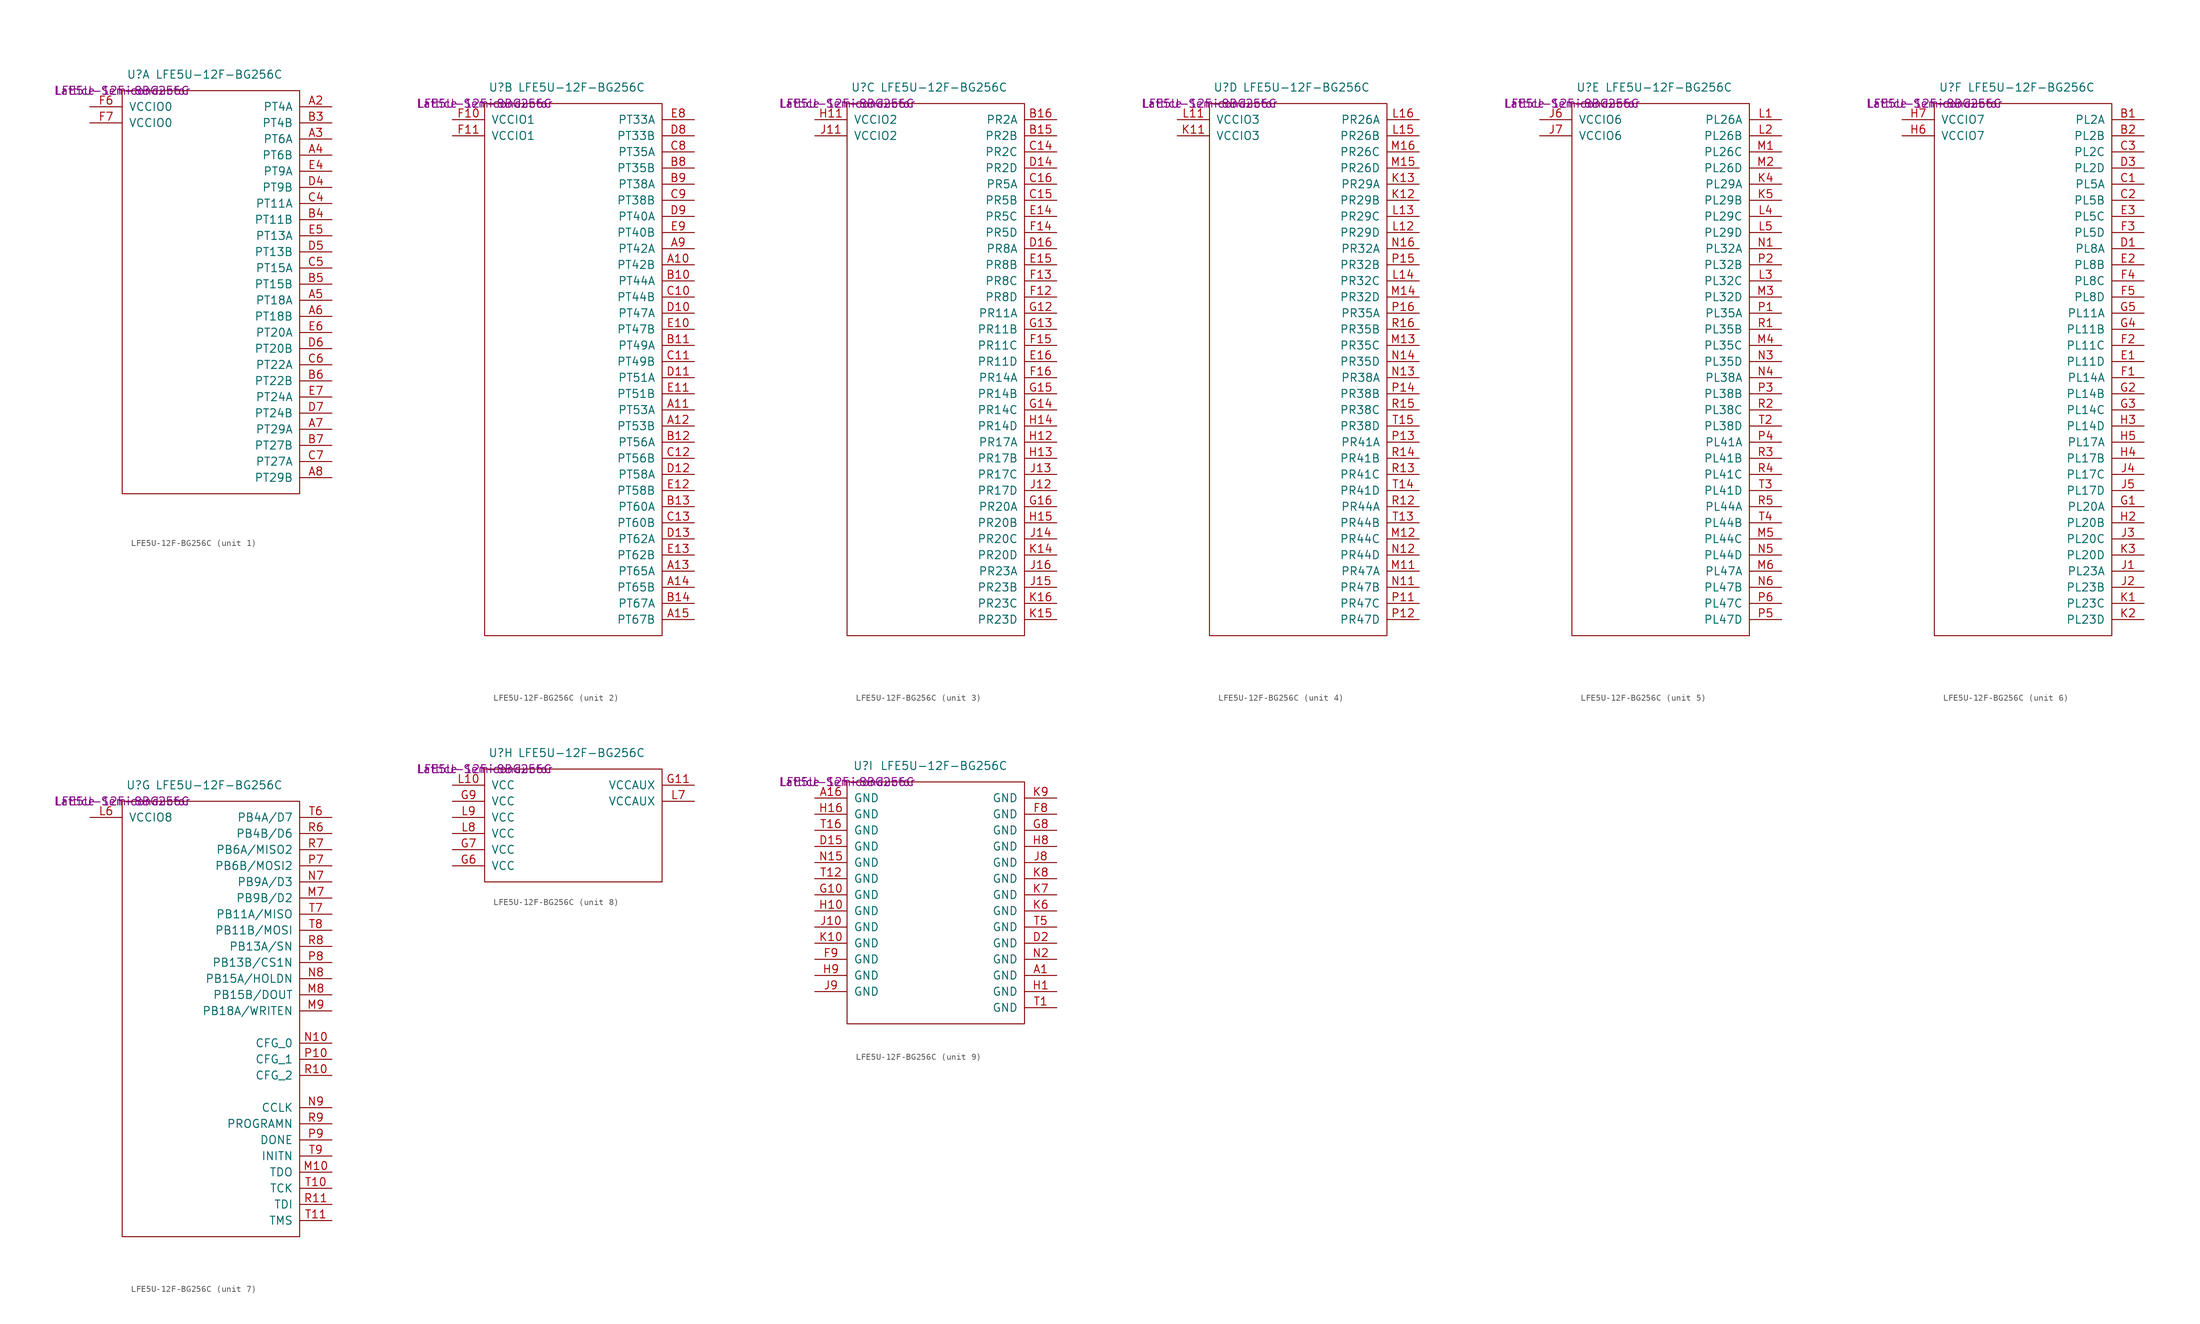
<source format=kicad_sym>
(kicad_symbol_lib
  (version 20220914)
  (generator kicad_symbol_editor)
  (symbol "LFE5U-12F-BG256C"
    (pin_names
      (offset 1.016))
    (property "Reference" "U"
      (at 2.54 2.54 0)
      (effects (font (size 1.27 1.27))))
    (property "Value" "LFE5U-12F-BG256C"
      (at 15.24 2.54 0)
      (effects (font (size 1.27 1.27))))
    (property "Part Number" "LFE5U-12F-8BG256C"
      (at 0 0 0)
      (effects (font (size 1.27 1.27))))
    (property "Manufacturer" "Lattice Semiconductor"
      (at 0 0 0)
      (effects (font (size 1.27 1.27))))
    (property "ki_locked" ""
      (at 0 0 0)
      (effects (font (size 1.27 1.27))))
    (symbol "LFE5U-12F-BG256C_1_1"
      (polyline (pts (xy 0 0) (xy 27.94 0) (xy 27.94 -63.5) (xy 0 -63.5) (xy 0 0)) (stroke (width 0.152) (type solid)) (fill (type none)))
      (pin passive line (at 33.02 -2.54 180) (length 5.08) (name "PT4A" (effects (font (size 1.27 1.27)))) (number "A2" (effects (font (size 1.27 1.27)))))
      (pin passive line (at 33.02 -7.62 180) (length 5.08) (name "PT6A" (effects (font (size 1.27 1.27)))) (number "A3" (effects (font (size 1.27 1.27)))))
      (pin passive line (at 33.02 -10.16 180) (length 5.08) (name "PT6B" (effects (font (size 1.27 1.27)))) (number "A4" (effects (font (size 1.27 1.27)))))
      (pin passive line (at 33.02 -33.02 180) (length 5.08) (name "PT18A" (effects (font (size 1.27 1.27)))) (number "A5" (effects (font (size 1.27 1.27)))))
      (pin passive line (at 33.02 -35.56 180) (length 5.08) (name "PT18B" (effects (font (size 1.27 1.27)))) (number "A6" (effects (font (size 1.27 1.27)))))
      (pin passive line (at 33.02 -53.34 180) (length 5.08) (name "PT29A" (effects (font (size 1.27 1.27)))) (number "A7" (effects (font (size 1.27 1.27)))))
      (pin passive line (at 33.02 -60.96 180) (length 5.08) (name "PT29B" (effects (font (size 1.27 1.27)))) (number "A8" (effects (font (size 1.27 1.27)))))
      (pin passive line (at 33.02 -5.08 180) (length 5.08) (name "PT4B" (effects (font (size 1.27 1.27)))) (number "B3" (effects (font (size 1.27 1.27)))))
      (pin passive line (at 33.02 -20.32 180) (length 5.08) (name "PT11B" (effects (font (size 1.27 1.27)))) (number "B4" (effects (font (size 1.27 1.27)))))
      (pin passive line (at 33.02 -30.48 180) (length 5.08) (name "PT15B" (effects (font (size 1.27 1.27)))) (number "B5" (effects (font (size 1.27 1.27)))))
      (pin passive line (at 33.02 -45.72 180) (length 5.08) (name "PT22B" (effects (font (size 1.27 1.27)))) (number "B6" (effects (font (size 1.27 1.27)))))
      (pin passive line (at 33.02 -55.88 180) (length 5.08) (name "PT27B" (effects (font (size 1.27 1.27)))) (number "B7" (effects (font (size 1.27 1.27)))))
      (pin passive line (at 33.02 -17.78 180) (length 5.08) (name "PT11A" (effects (font (size 1.27 1.27)))) (number "C4" (effects (font (size 1.27 1.27)))))
      (pin passive line (at 33.02 -27.94 180) (length 5.08) (name "PT15A" (effects (font (size 1.27 1.27)))) (number "C5" (effects (font (size 1.27 1.27)))))
      (pin passive line (at 33.02 -43.18 180) (length 5.08) (name "PT22A" (effects (font (size 1.27 1.27)))) (number "C6" (effects (font (size 1.27 1.27)))))
      (pin passive line (at 33.02 -58.42 180) (length 5.08) (name "PT27A" (effects (font (size 1.27 1.27)))) (number "C7" (effects (font (size 1.27 1.27)))))
      (pin passive line (at 33.02 -15.24 180) (length 5.08) (name "PT9B" (effects (font (size 1.27 1.27)))) (number "D4" (effects (font (size 1.27 1.27)))))
      (pin passive line (at 33.02 -25.4 180) (length 5.08) (name "PT13B" (effects (font (size 1.27 1.27)))) (number "D5" (effects (font (size 1.27 1.27)))))
      (pin passive line (at 33.02 -40.64 180) (length 5.08) (name "PT20B" (effects (font (size 1.27 1.27)))) (number "D6" (effects (font (size 1.27 1.27)))))
      (pin passive line (at 33.02 -50.8 180) (length 5.08) (name "PT24B" (effects (font (size 1.27 1.27)))) (number "D7" (effects (font (size 1.27 1.27)))))
      (pin passive line (at 33.02 -12.7 180) (length 5.08) (name "PT9A" (effects (font (size 1.27 1.27)))) (number "E4" (effects (font (size 1.27 1.27)))))
      (pin passive line (at 33.02 -22.86 180) (length 5.08) (name "PT13A" (effects (font (size 1.27 1.27)))) (number "E5" (effects (font (size 1.27 1.27)))))
      (pin passive line (at 33.02 -38.1 180) (length 5.08) (name "PT20A" (effects (font (size 1.27 1.27)))) (number "E6" (effects (font (size 1.27 1.27)))))
      (pin passive line (at 33.02 -48.26 180) (length 5.08) (name "PT24A" (effects (font (size 1.27 1.27)))) (number "E7" (effects (font (size 1.27 1.27)))))
      (pin power_in line (at -5.08 -2.54 0) (length 5.08) (name "VCCIO0" (effects (font (size 1.27 1.27)))) (number "F6" (effects (font (size 1.27 1.27)))))
      (pin power_in line (at -5.08 -5.08 0) (length 5.08) (name "VCCIO0" (effects (font (size 1.27 1.27)))) (number "F7" (effects (font (size 1.27 1.27))))))
    (symbol "LFE5U-12F-BG256C_2_1"
      (polyline (pts (xy 0 0) (xy 27.94 0) (xy 27.94 -83.82) (xy 0 -83.82) (xy 0 0)) (stroke (width 0.152) (type solid)) (fill (type none)))
      (pin passive line (at 33.02 -25.4 180) (length 5.08) (name "PT42B" (effects (font (size 1.27 1.27)))) (number "A10" (effects (font (size 1.27 1.27)))))
      (pin passive line (at 33.02 -48.26 180) (length 5.08) (name "PT53A" (effects (font (size 1.27 1.27)))) (number "A11" (effects (font (size 1.27 1.27)))))
      (pin passive line (at 33.02 -50.8 180) (length 5.08) (name "PT53B" (effects (font (size 1.27 1.27)))) (number "A12" (effects (font (size 1.27 1.27)))))
      (pin passive line (at 33.02 -73.66 180) (length 5.08) (name "PT65A" (effects (font (size 1.27 1.27)))) (number "A13" (effects (font (size 1.27 1.27)))))
      (pin passive line (at 33.02 -76.2 180) (length 5.08) (name "PT65B" (effects (font (size 1.27 1.27)))) (number "A14" (effects (font (size 1.27 1.27)))))
      (pin passive line (at 33.02 -81.28 180) (length 5.08) (name "PT67B" (effects (font (size 1.27 1.27)))) (number "A15" (effects (font (size 1.27 1.27)))))
      (pin passive line (at 33.02 -22.86 180) (length 5.08) (name "PT42A" (effects (font (size 1.27 1.27)))) (number "A9" (effects (font (size 1.27 1.27)))))
      (pin passive line (at 33.02 -27.94 180) (length 5.08) (name "PT44A" (effects (font (size 1.27 1.27)))) (number "B10" (effects (font (size 1.27 1.27)))))
      (pin passive line (at 33.02 -38.1 180) (length 5.08) (name "PT49A" (effects (font (size 1.27 1.27)))) (number "B11" (effects (font (size 1.27 1.27)))))
      (pin passive line (at 33.02 -53.34 180) (length 5.08) (name "PT56A" (effects (font (size 1.27 1.27)))) (number "B12" (effects (font (size 1.27 1.27)))))
      (pin passive line (at 33.02 -63.5 180) (length 5.08) (name "PT60A" (effects (font (size 1.27 1.27)))) (number "B13" (effects (font (size 1.27 1.27)))))
      (pin passive line (at 33.02 -78.74 180) (length 5.08) (name "PT67A" (effects (font (size 1.27 1.27)))) (number "B14" (effects (font (size 1.27 1.27)))))
      (pin passive line (at 33.02 -10.16 180) (length 5.08) (name "PT35B" (effects (font (size 1.27 1.27)))) (number "B8" (effects (font (size 1.27 1.27)))))
      (pin passive line (at 33.02 -12.7 180) (length 5.08) (name "PT38A" (effects (font (size 1.27 1.27)))) (number "B9" (effects (font (size 1.27 1.27)))))
      (pin passive line (at 33.02 -30.48 180) (length 5.08) (name "PT44B" (effects (font (size 1.27 1.27)))) (number "C10" (effects (font (size 1.27 1.27)))))
      (pin passive line (at 33.02 -40.64 180) (length 5.08) (name "PT49B" (effects (font (size 1.27 1.27)))) (number "C11" (effects (font (size 1.27 1.27)))))
      (pin passive line (at 33.02 -55.88 180) (length 5.08) (name "PT56B" (effects (font (size 1.27 1.27)))) (number "C12" (effects (font (size 1.27 1.27)))))
      (pin passive line (at 33.02 -66.04 180) (length 5.08) (name "PT60B" (effects (font (size 1.27 1.27)))) (number "C13" (effects (font (size 1.27 1.27)))))
      (pin passive line (at 33.02 -7.62 180) (length 5.08) (name "PT35A" (effects (font (size 1.27 1.27)))) (number "C8" (effects (font (size 1.27 1.27)))))
      (pin passive line (at 33.02 -15.24 180) (length 5.08) (name "PT38B" (effects (font (size 1.27 1.27)))) (number "C9" (effects (font (size 1.27 1.27)))))
      (pin passive line (at 33.02 -33.02 180) (length 5.08) (name "PT47A" (effects (font (size 1.27 1.27)))) (number "D10" (effects (font (size 1.27 1.27)))))
      (pin passive line (at 33.02 -43.18 180) (length 5.08) (name "PT51A" (effects (font (size 1.27 1.27)))) (number "D11" (effects (font (size 1.27 1.27)))))
      (pin passive line (at 33.02 -58.42 180) (length 5.08) (name "PT58A" (effects (font (size 1.27 1.27)))) (number "D12" (effects (font (size 1.27 1.27)))))
      (pin passive line (at 33.02 -68.58 180) (length 5.08) (name "PT62A" (effects (font (size 1.27 1.27)))) (number "D13" (effects (font (size 1.27 1.27)))))
      (pin passive line (at 33.02 -5.08 180) (length 5.08) (name "PT33B" (effects (font (size 1.27 1.27)))) (number "D8" (effects (font (size 1.27 1.27)))))
      (pin passive line (at 33.02 -17.78 180) (length 5.08) (name "PT40A" (effects (font (size 1.27 1.27)))) (number "D9" (effects (font (size 1.27 1.27)))))
      (pin passive line (at 33.02 -35.56 180) (length 5.08) (name "PT47B" (effects (font (size 1.27 1.27)))) (number "E10" (effects (font (size 1.27 1.27)))))
      (pin passive line (at 33.02 -45.72 180) (length 5.08) (name "PT51B" (effects (font (size 1.27 1.27)))) (number "E11" (effects (font (size 1.27 1.27)))))
      (pin passive line (at 33.02 -60.96 180) (length 5.08) (name "PT58B" (effects (font (size 1.27 1.27)))) (number "E12" (effects (font (size 1.27 1.27)))))
      (pin passive line (at 33.02 -71.12 180) (length 5.08) (name "PT62B" (effects (font (size 1.27 1.27)))) (number "E13" (effects (font (size 1.27 1.27)))))
      (pin passive line (at 33.02 -2.54 180) (length 5.08) (name "PT33A" (effects (font (size 1.27 1.27)))) (number "E8" (effects (font (size 1.27 1.27)))))
      (pin passive line (at 33.02 -20.32 180) (length 5.08) (name "PT40B" (effects (font (size 1.27 1.27)))) (number "E9" (effects (font (size 1.27 1.27)))))
      (pin power_in line (at -5.08 -2.54 0) (length 5.08) (name "VCCIO1" (effects (font (size 1.27 1.27)))) (number "F10" (effects (font (size 1.27 1.27)))))
      (pin power_in line (at -5.08 -5.08 0) (length 5.08) (name "VCCIO1" (effects (font (size 1.27 1.27)))) (number "F11" (effects (font (size 1.27 1.27))))))
    (symbol "LFE5U-12F-BG256C_3_1"
      (polyline (pts (xy 0 0) (xy 27.94 0) (xy 27.94 -83.82) (xy 0 -83.82) (xy 0 0)) (stroke (width 0.152) (type solid)) (fill (type none)))
      (pin passive line (at 33.02 -5.08 180) (length 5.08) (name "PR2B" (effects (font (size 1.27 1.27)))) (number "B15" (effects (font (size 1.27 1.27)))))
      (pin passive line (at 33.02 -2.54 180) (length 5.08) (name "PR2A" (effects (font (size 1.27 1.27)))) (number "B16" (effects (font (size 1.27 1.27)))))
      (pin passive line (at 33.02 -7.62 180) (length 5.08) (name "PR2C" (effects (font (size 1.27 1.27)))) (number "C14" (effects (font (size 1.27 1.27)))))
      (pin passive line (at 33.02 -15.24 180) (length 5.08) (name "PR5B" (effects (font (size 1.27 1.27)))) (number "C15" (effects (font (size 1.27 1.27)))))
      (pin passive line (at 33.02 -12.7 180) (length 5.08) (name "PR5A" (effects (font (size 1.27 1.27)))) (number "C16" (effects (font (size 1.27 1.27)))))
      (pin passive line (at 33.02 -10.16 180) (length 5.08) (name "PR2D" (effects (font (size 1.27 1.27)))) (number "D14" (effects (font (size 1.27 1.27)))))
      (pin passive line (at 33.02 -22.86 180) (length 5.08) (name "PR8A" (effects (font (size 1.27 1.27)))) (number "D16" (effects (font (size 1.27 1.27)))))
      (pin passive line (at 33.02 -17.78 180) (length 5.08) (name "PR5C" (effects (font (size 1.27 1.27)))) (number "E14" (effects (font (size 1.27 1.27)))))
      (pin passive line (at 33.02 -25.4 180) (length 5.08) (name "PR8B" (effects (font (size 1.27 1.27)))) (number "E15" (effects (font (size 1.27 1.27)))))
      (pin passive line (at 33.02 -40.64 180) (length 5.08) (name "PR11D" (effects (font (size 1.27 1.27)))) (number "E16" (effects (font (size 1.27 1.27)))))
      (pin passive line (at 33.02 -30.48 180) (length 5.08) (name "PR8D" (effects (font (size 1.27 1.27)))) (number "F12" (effects (font (size 1.27 1.27)))))
      (pin passive line (at 33.02 -27.94 180) (length 5.08) (name "PR8C" (effects (font (size 1.27 1.27)))) (number "F13" (effects (font (size 1.27 1.27)))))
      (pin passive line (at 33.02 -20.32 180) (length 5.08) (name "PR5D" (effects (font (size 1.27 1.27)))) (number "F14" (effects (font (size 1.27 1.27)))))
      (pin passive line (at 33.02 -38.1 180) (length 5.08) (name "PR11C" (effects (font (size 1.27 1.27)))) (number "F15" (effects (font (size 1.27 1.27)))))
      (pin passive line (at 33.02 -43.18 180) (length 5.08) (name "PR14A" (effects (font (size 1.27 1.27)))) (number "F16" (effects (font (size 1.27 1.27)))))
      (pin passive line (at 33.02 -33.02 180) (length 5.08) (name "PR11A" (effects (font (size 1.27 1.27)))) (number "G12" (effects (font (size 1.27 1.27)))))
      (pin passive line (at 33.02 -35.56 180) (length 5.08) (name "PR11B" (effects (font (size 1.27 1.27)))) (number "G13" (effects (font (size 1.27 1.27)))))
      (pin passive line (at 33.02 -48.26 180) (length 5.08) (name "PR14C" (effects (font (size 1.27 1.27)))) (number "G14" (effects (font (size 1.27 1.27)))))
      (pin passive line (at 33.02 -45.72 180) (length 5.08) (name "PR14B" (effects (font (size 1.27 1.27)))) (number "G15" (effects (font (size 1.27 1.27)))))
      (pin passive line (at 33.02 -63.5 180) (length 5.08) (name "PR20A" (effects (font (size 1.27 1.27)))) (number "G16" (effects (font (size 1.27 1.27)))))
      (pin power_in line (at -5.08 -2.54 0) (length 5.08) (name "VCCIO2" (effects (font (size 1.27 1.27)))) (number "H11" (effects (font (size 1.27 1.27)))))
      (pin passive line (at 33.02 -53.34 180) (length 5.08) (name "PR17A" (effects (font (size 1.27 1.27)))) (number "H12" (effects (font (size 1.27 1.27)))))
      (pin passive line (at 33.02 -55.88 180) (length 5.08) (name "PR17B" (effects (font (size 1.27 1.27)))) (number "H13" (effects (font (size 1.27 1.27)))))
      (pin passive line (at 33.02 -50.8 180) (length 5.08) (name "PR14D" (effects (font (size 1.27 1.27)))) (number "H14" (effects (font (size 1.27 1.27)))))
      (pin passive line (at 33.02 -66.04 180) (length 5.08) (name "PR20B" (effects (font (size 1.27 1.27)))) (number "H15" (effects (font (size 1.27 1.27)))))
      (pin power_in line (at -5.08 -5.08 0) (length 5.08) (name "VCCIO2" (effects (font (size 1.27 1.27)))) (number "J11" (effects (font (size 1.27 1.27)))))
      (pin passive line (at 33.02 -60.96 180) (length 5.08) (name "PR17D" (effects (font (size 1.27 1.27)))) (number "J12" (effects (font (size 1.27 1.27)))))
      (pin passive line (at 33.02 -58.42 180) (length 5.08) (name "PR17C" (effects (font (size 1.27 1.27)))) (number "J13" (effects (font (size 1.27 1.27)))))
      (pin passive line (at 33.02 -68.58 180) (length 5.08) (name "PR20C" (effects (font (size 1.27 1.27)))) (number "J14" (effects (font (size 1.27 1.27)))))
      (pin passive line (at 33.02 -76.2 180) (length 5.08) (name "PR23B" (effects (font (size 1.27 1.27)))) (number "J15" (effects (font (size 1.27 1.27)))))
      (pin passive line (at 33.02 -73.66 180) (length 5.08) (name "PR23A" (effects (font (size 1.27 1.27)))) (number "J16" (effects (font (size 1.27 1.27)))))
      (pin passive line (at 33.02 -71.12 180) (length 5.08) (name "PR20D" (effects (font (size 1.27 1.27)))) (number "K14" (effects (font (size 1.27 1.27)))))
      (pin passive line (at 33.02 -81.28 180) (length 5.08) (name "PR23D" (effects (font (size 1.27 1.27)))) (number "K15" (effects (font (size 1.27 1.27)))))
      (pin passive line (at 33.02 -78.74 180) (length 5.08) (name "PR23C" (effects (font (size 1.27 1.27)))) (number "K16" (effects (font (size 1.27 1.27))))))
    (symbol "LFE5U-12F-BG256C_4_1"
      (polyline (pts (xy 0 0) (xy 27.94 0) (xy 27.94 -83.82) (xy 0 -83.82) (xy 0 0)) (stroke (width 0.152) (type solid)) (fill (type none)))
      (pin power_in line (at -5.08 -5.08 0) (length 5.08) (name "VCCIO3" (effects (font (size 1.27 1.27)))) (number "K11" (effects (font (size 1.27 1.27)))))
      (pin passive line (at 33.02 -15.24 180) (length 5.08) (name "PR29B" (effects (font (size 1.27 1.27)))) (number "K12" (effects (font (size 1.27 1.27)))))
      (pin passive line (at 33.02 -12.7 180) (length 5.08) (name "PR29A" (effects (font (size 1.27 1.27)))) (number "K13" (effects (font (size 1.27 1.27)))))
      (pin power_in line (at -5.08 -2.54 0) (length 5.08) (name "VCCIO3" (effects (font (size 1.27 1.27)))) (number "L11" (effects (font (size 1.27 1.27)))))
      (pin passive line (at 33.02 -20.32 180) (length 5.08) (name "PR29D" (effects (font (size 1.27 1.27)))) (number "L12" (effects (font (size 1.27 1.27)))))
      (pin passive line (at 33.02 -17.78 180) (length 5.08) (name "PR29C" (effects (font (size 1.27 1.27)))) (number "L13" (effects (font (size 1.27 1.27)))))
      (pin passive line (at 33.02 -27.94 180) (length 5.08) (name "PR32C" (effects (font (size 1.27 1.27)))) (number "L14" (effects (font (size 1.27 1.27)))))
      (pin passive line (at 33.02 -5.08 180) (length 5.08) (name "PR26B" (effects (font (size 1.27 1.27)))) (number "L15" (effects (font (size 1.27 1.27)))))
      (pin passive line (at 33.02 -2.54 180) (length 5.08) (name "PR26A" (effects (font (size 1.27 1.27)))) (number "L16" (effects (font (size 1.27 1.27)))))
      (pin passive line (at 33.02 -73.66 180) (length 5.08) (name "PR47A" (effects (font (size 1.27 1.27)))) (number "M11" (effects (font (size 1.27 1.27)))))
      (pin passive line (at 33.02 -68.58 180) (length 5.08) (name "PR44C" (effects (font (size 1.27 1.27)))) (number "M12" (effects (font (size 1.27 1.27)))))
      (pin passive line (at 33.02 -38.1 180) (length 5.08) (name "PR35C" (effects (font (size 1.27 1.27)))) (number "M13" (effects (font (size 1.27 1.27)))))
      (pin passive line (at 33.02 -30.48 180) (length 5.08) (name "PR32D" (effects (font (size 1.27 1.27)))) (number "M14" (effects (font (size 1.27 1.27)))))
      (pin passive line (at 33.02 -10.16 180) (length 5.08) (name "PR26D" (effects (font (size 1.27 1.27)))) (number "M15" (effects (font (size 1.27 1.27)))))
      (pin passive line (at 33.02 -7.62 180) (length 5.08) (name "PR26C" (effects (font (size 1.27 1.27)))) (number "M16" (effects (font (size 1.27 1.27)))))
      (pin passive line (at 33.02 -76.2 180) (length 5.08) (name "PR47B" (effects (font (size 1.27 1.27)))) (number "N11" (effects (font (size 1.27 1.27)))))
      (pin passive line (at 33.02 -71.12 180) (length 5.08) (name "PR44D" (effects (font (size 1.27 1.27)))) (number "N12" (effects (font (size 1.27 1.27)))))
      (pin passive line (at 33.02 -43.18 180) (length 5.08) (name "PR38A" (effects (font (size 1.27 1.27)))) (number "N13" (effects (font (size 1.27 1.27)))))
      (pin passive line (at 33.02 -40.64 180) (length 5.08) (name "PR35D" (effects (font (size 1.27 1.27)))) (number "N14" (effects (font (size 1.27 1.27)))))
      (pin passive line (at 33.02 -22.86 180) (length 5.08) (name "PR32A" (effects (font (size 1.27 1.27)))) (number "N16" (effects (font (size 1.27 1.27)))))
      (pin passive line (at 33.02 -78.74 180) (length 5.08) (name "PR47C" (effects (font (size 1.27 1.27)))) (number "P11" (effects (font (size 1.27 1.27)))))
      (pin passive line (at 33.02 -81.28 180) (length 5.08) (name "PR47D" (effects (font (size 1.27 1.27)))) (number "P12" (effects (font (size 1.27 1.27)))))
      (pin passive line (at 33.02 -53.34 180) (length 5.08) (name "PR41A" (effects (font (size 1.27 1.27)))) (number "P13" (effects (font (size 1.27 1.27)))))
      (pin passive line (at 33.02 -45.72 180) (length 5.08) (name "PR38B" (effects (font (size 1.27 1.27)))) (number "P14" (effects (font (size 1.27 1.27)))))
      (pin passive line (at 33.02 -25.4 180) (length 5.08) (name "PR32B" (effects (font (size 1.27 1.27)))) (number "P15" (effects (font (size 1.27 1.27)))))
      (pin passive line (at 33.02 -33.02 180) (length 5.08) (name "PR35A" (effects (font (size 1.27 1.27)))) (number "P16" (effects (font (size 1.27 1.27)))))
      (pin passive line (at 33.02 -63.5 180) (length 5.08) (name "PR44A" (effects (font (size 1.27 1.27)))) (number "R12" (effects (font (size 1.27 1.27)))))
      (pin passive line (at 33.02 -58.42 180) (length 5.08) (name "PR41C" (effects (font (size 1.27 1.27)))) (number "R13" (effects (font (size 1.27 1.27)))))
      (pin passive line (at 33.02 -55.88 180) (length 5.08) (name "PR41B" (effects (font (size 1.27 1.27)))) (number "R14" (effects (font (size 1.27 1.27)))))
      (pin passive line (at 33.02 -48.26 180) (length 5.08) (name "PR38C" (effects (font (size 1.27 1.27)))) (number "R15" (effects (font (size 1.27 1.27)))))
      (pin passive line (at 33.02 -35.56 180) (length 5.08) (name "PR35B" (effects (font (size 1.27 1.27)))) (number "R16" (effects (font (size 1.27 1.27)))))
      (pin passive line (at 33.02 -66.04 180) (length 5.08) (name "PR44B" (effects (font (size 1.27 1.27)))) (number "T13" (effects (font (size 1.27 1.27)))))
      (pin passive line (at 33.02 -60.96 180) (length 5.08) (name "PR41D" (effects (font (size 1.27 1.27)))) (number "T14" (effects (font (size 1.27 1.27)))))
      (pin passive line (at 33.02 -50.8 180) (length 5.08) (name "PR38D" (effects (font (size 1.27 1.27)))) (number "T15" (effects (font (size 1.27 1.27))))))
    (symbol "LFE5U-12F-BG256C_5_1"
      (polyline (pts (xy 0 0) (xy 27.94 0) (xy 27.94 -83.82) (xy 0 -83.82) (xy 0 0)) (stroke (width 0.152) (type solid)) (fill (type none)))
      (pin power_in line (at -5.08 -2.54 0) (length 5.08) (name "VCCIO6" (effects (font (size 1.27 1.27)))) (number "J6" (effects (font (size 1.27 1.27)))))
      (pin power_in line (at -5.08 -5.08 0) (length 5.08) (name "VCCIO6" (effects (font (size 1.27 1.27)))) (number "J7" (effects (font (size 1.27 1.27)))))
      (pin passive line (at 33.02 -12.7 180) (length 5.08) (name "PL29A" (effects (font (size 1.27 1.27)))) (number "K4" (effects (font (size 1.27 1.27)))))
      (pin passive line (at 33.02 -15.24 180) (length 5.08) (name "PL29B" (effects (font (size 1.27 1.27)))) (number "K5" (effects (font (size 1.27 1.27)))))
      (pin passive line (at 33.02 -2.54 180) (length 5.08) (name "PL26A" (effects (font (size 1.27 1.27)))) (number "L1" (effects (font (size 1.27 1.27)))))
      (pin passive line (at 33.02 -5.08 180) (length 5.08) (name "PL26B" (effects (font (size 1.27 1.27)))) (number "L2" (effects (font (size 1.27 1.27)))))
      (pin passive line (at 33.02 -27.94 180) (length 5.08) (name "PL32C" (effects (font (size 1.27 1.27)))) (number "L3" (effects (font (size 1.27 1.27)))))
      (pin passive line (at 33.02 -17.78 180) (length 5.08) (name "PL29C" (effects (font (size 1.27 1.27)))) (number "L4" (effects (font (size 1.27 1.27)))))
      (pin passive line (at 33.02 -20.32 180) (length 5.08) (name "PL29D" (effects (font (size 1.27 1.27)))) (number "L5" (effects (font (size 1.27 1.27)))))
      (pin passive line (at 33.02 -7.62 180) (length 5.08) (name "PL26C" (effects (font (size 1.27 1.27)))) (number "M1" (effects (font (size 1.27 1.27)))))
      (pin passive line (at 33.02 -10.16 180) (length 5.08) (name "PL26D" (effects (font (size 1.27 1.27)))) (number "M2" (effects (font (size 1.27 1.27)))))
      (pin passive line (at 33.02 -30.48 180) (length 5.08) (name "PL32D" (effects (font (size 1.27 1.27)))) (number "M3" (effects (font (size 1.27 1.27)))))
      (pin passive line (at 33.02 -38.1 180) (length 5.08) (name "PL35C" (effects (font (size 1.27 1.27)))) (number "M4" (effects (font (size 1.27 1.27)))))
      (pin passive line (at 33.02 -68.58 180) (length 5.08) (name "PL44C" (effects (font (size 1.27 1.27)))) (number "M5" (effects (font (size 1.27 1.27)))))
      (pin passive line (at 33.02 -73.66 180) (length 5.08) (name "PL47A" (effects (font (size 1.27 1.27)))) (number "M6" (effects (font (size 1.27 1.27)))))
      (pin passive line (at 33.02 -22.86 180) (length 5.08) (name "PL32A" (effects (font (size 1.27 1.27)))) (number "N1" (effects (font (size 1.27 1.27)))))
      (pin passive line (at 33.02 -40.64 180) (length 5.08) (name "PL35D" (effects (font (size 1.27 1.27)))) (number "N3" (effects (font (size 1.27 1.27)))))
      (pin passive line (at 33.02 -43.18 180) (length 5.08) (name "PL38A" (effects (font (size 1.27 1.27)))) (number "N4" (effects (font (size 1.27 1.27)))))
      (pin passive line (at 33.02 -71.12 180) (length 5.08) (name "PL44D" (effects (font (size 1.27 1.27)))) (number "N5" (effects (font (size 1.27 1.27)))))
      (pin passive line (at 33.02 -76.2 180) (length 5.08) (name "PL47B" (effects (font (size 1.27 1.27)))) (number "N6" (effects (font (size 1.27 1.27)))))
      (pin passive line (at 33.02 -33.02 180) (length 5.08) (name "PL35A" (effects (font (size 1.27 1.27)))) (number "P1" (effects (font (size 1.27 1.27)))))
      (pin passive line (at 33.02 -25.4 180) (length 5.08) (name "PL32B" (effects (font (size 1.27 1.27)))) (number "P2" (effects (font (size 1.27 1.27)))))
      (pin passive line (at 33.02 -45.72 180) (length 5.08) (name "PL38B" (effects (font (size 1.27 1.27)))) (number "P3" (effects (font (size 1.27 1.27)))))
      (pin passive line (at 33.02 -53.34 180) (length 5.08) (name "PL41A" (effects (font (size 1.27 1.27)))) (number "P4" (effects (font (size 1.27 1.27)))))
      (pin passive line (at 33.02 -81.28 180) (length 5.08) (name "PL47D" (effects (font (size 1.27 1.27)))) (number "P5" (effects (font (size 1.27 1.27)))))
      (pin passive line (at 33.02 -78.74 180) (length 5.08) (name "PL47C" (effects (font (size 1.27 1.27)))) (number "P6" (effects (font (size 1.27 1.27)))))
      (pin passive line (at 33.02 -35.56 180) (length 5.08) (name "PL35B" (effects (font (size 1.27 1.27)))) (number "R1" (effects (font (size 1.27 1.27)))))
      (pin passive line (at 33.02 -48.26 180) (length 5.08) (name "PL38C" (effects (font (size 1.27 1.27)))) (number "R2" (effects (font (size 1.27 1.27)))))
      (pin passive line (at 33.02 -55.88 180) (length 5.08) (name "PL41B" (effects (font (size 1.27 1.27)))) (number "R3" (effects (font (size 1.27 1.27)))))
      (pin passive line (at 33.02 -58.42 180) (length 5.08) (name "PL41C" (effects (font (size 1.27 1.27)))) (number "R4" (effects (font (size 1.27 1.27)))))
      (pin passive line (at 33.02 -63.5 180) (length 5.08) (name "PL44A" (effects (font (size 1.27 1.27)))) (number "R5" (effects (font (size 1.27 1.27)))))
      (pin passive line (at 33.02 -50.8 180) (length 5.08) (name "PL38D" (effects (font (size 1.27 1.27)))) (number "T2" (effects (font (size 1.27 1.27)))))
      (pin passive line (at 33.02 -60.96 180) (length 5.08) (name "PL41D" (effects (font (size 1.27 1.27)))) (number "T3" (effects (font (size 1.27 1.27)))))
      (pin passive line (at 33.02 -66.04 180) (length 5.08) (name "PL44B" (effects (font (size 1.27 1.27)))) (number "T4" (effects (font (size 1.27 1.27))))))
    (symbol "LFE5U-12F-BG256C_6_1"
      (polyline (pts (xy 0 0) (xy 27.94 0) (xy 27.94 -83.82) (xy 0 -83.82) (xy 0 0)) (stroke (width 0.152) (type solid)) (fill (type none)))
      (pin passive line (at 33.02 -2.54 180) (length 5.08) (name "PL2A" (effects (font (size 1.27 1.27)))) (number "B1" (effects (font (size 1.27 1.27)))))
      (pin passive line (at 33.02 -5.08 180) (length 5.08) (name "PL2B" (effects (font (size 1.27 1.27)))) (number "B2" (effects (font (size 1.27 1.27)))))
      (pin passive line (at 33.02 -12.7 180) (length 5.08) (name "PL5A" (effects (font (size 1.27 1.27)))) (number "C1" (effects (font (size 1.27 1.27)))))
      (pin passive line (at 33.02 -15.24 180) (length 5.08) (name "PL5B" (effects (font (size 1.27 1.27)))) (number "C2" (effects (font (size 1.27 1.27)))))
      (pin passive line (at 33.02 -7.62 180) (length 5.08) (name "PL2C" (effects (font (size 1.27 1.27)))) (number "C3" (effects (font (size 1.27 1.27)))))
      (pin passive line (at 33.02 -22.86 180) (length 5.08) (name "PL8A" (effects (font (size 1.27 1.27)))) (number "D1" (effects (font (size 1.27 1.27)))))
      (pin passive line (at 33.02 -10.16 180) (length 5.08) (name "PL2D" (effects (font (size 1.27 1.27)))) (number "D3" (effects (font (size 1.27 1.27)))))
      (pin passive line (at 33.02 -40.64 180) (length 5.08) (name "PL11D" (effects (font (size 1.27 1.27)))) (number "E1" (effects (font (size 1.27 1.27)))))
      (pin passive line (at 33.02 -25.4 180) (length 5.08) (name "PL8B" (effects (font (size 1.27 1.27)))) (number "E2" (effects (font (size 1.27 1.27)))))
      (pin passive line (at 33.02 -17.78 180) (length 5.08) (name "PL5C" (effects (font (size 1.27 1.27)))) (number "E3" (effects (font (size 1.27 1.27)))))
      (pin passive line (at 33.02 -43.18 180) (length 5.08) (name "PL14A" (effects (font (size 1.27 1.27)))) (number "F1" (effects (font (size 1.27 1.27)))))
      (pin passive line (at 33.02 -38.1 180) (length 5.08) (name "PL11C" (effects (font (size 1.27 1.27)))) (number "F2" (effects (font (size 1.27 1.27)))))
      (pin passive line (at 33.02 -20.32 180) (length 5.08) (name "PL5D" (effects (font (size 1.27 1.27)))) (number "F3" (effects (font (size 1.27 1.27)))))
      (pin passive line (at 33.02 -27.94 180) (length 5.08) (name "PL8C" (effects (font (size 1.27 1.27)))) (number "F4" (effects (font (size 1.27 1.27)))))
      (pin passive line (at 33.02 -30.48 180) (length 5.08) (name "PL8D" (effects (font (size 1.27 1.27)))) (number "F5" (effects (font (size 1.27 1.27)))))
      (pin passive line (at 33.02 -63.5 180) (length 5.08) (name "PL20A" (effects (font (size 1.27 1.27)))) (number "G1" (effects (font (size 1.27 1.27)))))
      (pin passive line (at 33.02 -45.72 180) (length 5.08) (name "PL14B" (effects (font (size 1.27 1.27)))) (number "G2" (effects (font (size 1.27 1.27)))))
      (pin passive line (at 33.02 -48.26 180) (length 5.08) (name "PL14C" (effects (font (size 1.27 1.27)))) (number "G3" (effects (font (size 1.27 1.27)))))
      (pin passive line (at 33.02 -35.56 180) (length 5.08) (name "PL11B" (effects (font (size 1.27 1.27)))) (number "G4" (effects (font (size 1.27 1.27)))))
      (pin passive line (at 33.02 -33.02 180) (length 5.08) (name "PL11A" (effects (font (size 1.27 1.27)))) (number "G5" (effects (font (size 1.27 1.27)))))
      (pin passive line (at 33.02 -66.04 180) (length 5.08) (name "PL20B" (effects (font (size 1.27 1.27)))) (number "H2" (effects (font (size 1.27 1.27)))))
      (pin passive line (at 33.02 -50.8 180) (length 5.08) (name "PL14D" (effects (font (size 1.27 1.27)))) (number "H3" (effects (font (size 1.27 1.27)))))
      (pin passive line (at 33.02 -55.88 180) (length 5.08) (name "PL17B" (effects (font (size 1.27 1.27)))) (number "H4" (effects (font (size 1.27 1.27)))))
      (pin passive line (at 33.02 -53.34 180) (length 5.08) (name "PL17A" (effects (font (size 1.27 1.27)))) (number "H5" (effects (font (size 1.27 1.27)))))
      (pin power_in line (at -5.08 -5.08 0) (length 5.08) (name "VCCIO7" (effects (font (size 1.27 1.27)))) (number "H6" (effects (font (size 1.27 1.27)))))
      (pin power_in line (at -5.08 -2.54 0) (length 5.08) (name "VCCIO7" (effects (font (size 1.27 1.27)))) (number "H7" (effects (font (size 1.27 1.27)))))
      (pin passive line (at 33.02 -73.66 180) (length 5.08) (name "PL23A" (effects (font (size 1.27 1.27)))) (number "J1" (effects (font (size 1.27 1.27)))))
      (pin passive line (at 33.02 -76.2 180) (length 5.08) (name "PL23B" (effects (font (size 1.27 1.27)))) (number "J2" (effects (font (size 1.27 1.27)))))
      (pin passive line (at 33.02 -68.58 180) (length 5.08) (name "PL20C" (effects (font (size 1.27 1.27)))) (number "J3" (effects (font (size 1.27 1.27)))))
      (pin passive line (at 33.02 -58.42 180) (length 5.08) (name "PL17C" (effects (font (size 1.27 1.27)))) (number "J4" (effects (font (size 1.27 1.27)))))
      (pin passive line (at 33.02 -60.96 180) (length 5.08) (name "PL17D" (effects (font (size 1.27 1.27)))) (number "J5" (effects (font (size 1.27 1.27)))))
      (pin passive line (at 33.02 -78.74 180) (length 5.08) (name "PL23C" (effects (font (size 1.27 1.27)))) (number "K1" (effects (font (size 1.27 1.27)))))
      (pin passive line (at 33.02 -81.28 180) (length 5.08) (name "PL23D" (effects (font (size 1.27 1.27)))) (number "K2" (effects (font (size 1.27 1.27)))))
      (pin passive line (at 33.02 -71.12 180) (length 5.08) (name "PL20D" (effects (font (size 1.27 1.27)))) (number "K3" (effects (font (size 1.27 1.27))))))
    (symbol "LFE5U-12F-BG256C_7_1"
      (polyline (pts (xy 0 0) (xy 27.94 0) (xy 27.94 -68.58) (xy 0 -68.58) (xy 0 0)) (stroke (width 0.152) (type solid)) (fill (type none)))
      (pin power_in line (at -5.08 -2.54 0) (length 5.08) (name "VCCIO8" (effects (font (size 1.27 1.27)))) (number "L6" (effects (font (size 1.27 1.27)))))
      (pin passive line (at 33.02 -58.42 180) (length 5.08) (name "TDO" (effects (font (size 1.27 1.27)))) (number "M10" (effects (font (size 1.27 1.27)))))
      (pin passive line (at 33.02 -15.24 180) (length 5.08) (name "PB9B/D2" (effects (font (size 1.27 1.27)))) (number "M7" (effects (font (size 1.27 1.27)))))
      (pin passive line (at 33.02 -30.48 180) (length 5.08) (name "PB15B/DOUT" (effects (font (size 1.27 1.27)))) (number "M8" (effects (font (size 1.27 1.27)))))
      (pin passive line (at 33.02 -33.02 180) (length 5.08) (name "PB18A/WRITEN" (effects (font (size 1.27 1.27)))) (number "M9" (effects (font (size 1.27 1.27)))))
      (pin passive line (at 33.02 -38.1 180) (length 5.08) (name "CFG_0" (effects (font (size 1.27 1.27)))) (number "N10" (effects (font (size 1.27 1.27)))))
      (pin passive line (at 33.02 -12.7 180) (length 5.08) (name "PB9A/D3" (effects (font (size 1.27 1.27)))) (number "N7" (effects (font (size 1.27 1.27)))))
      (pin passive line (at 33.02 -27.94 180) (length 5.08) (name "PB15A/HOLDN" (effects (font (size 1.27 1.27)))) (number "N8" (effects (font (size 1.27 1.27)))))
      (pin passive line (at 33.02 -48.26 180) (length 5.08) (name "CCLK" (effects (font (size 1.27 1.27)))) (number "N9" (effects (font (size 1.27 1.27)))))
      (pin passive line (at 33.02 -40.64 180) (length 5.08) (name "CFG_1" (effects (font (size 1.27 1.27)))) (number "P10" (effects (font (size 1.27 1.27)))))
      (pin passive line (at 33.02 -10.16 180) (length 5.08) (name "PB6B/MOSI2" (effects (font (size 1.27 1.27)))) (number "P7" (effects (font (size 1.27 1.27)))))
      (pin passive line (at 33.02 -25.4 180) (length 5.08) (name "PB13B/CS1N" (effects (font (size 1.27 1.27)))) (number "P8" (effects (font (size 1.27 1.27)))))
      (pin passive line (at 33.02 -53.34 180) (length 5.08) (name "DONE" (effects (font (size 1.27 1.27)))) (number "P9" (effects (font (size 1.27 1.27)))))
      (pin passive line (at 33.02 -43.18 180) (length 5.08) (name "CFG_2" (effects (font (size 1.27 1.27)))) (number "R10" (effects (font (size 1.27 1.27)))))
      (pin passive line (at 33.02 -63.5 180) (length 5.08) (name "TDI" (effects (font (size 1.27 1.27)))) (number "R11" (effects (font (size 1.27 1.27)))))
      (pin passive line (at 33.02 -5.08 180) (length 5.08) (name "PB4B/D6" (effects (font (size 1.27 1.27)))) (number "R6" (effects (font (size 1.27 1.27)))))
      (pin passive line (at 33.02 -7.62 180) (length 5.08) (name "PB6A/MISO2" (effects (font (size 1.27 1.27)))) (number "R7" (effects (font (size 1.27 1.27)))))
      (pin passive line (at 33.02 -22.86 180) (length 5.08) (name "PB13A/SN" (effects (font (size 1.27 1.27)))) (number "R8" (effects (font (size 1.27 1.27)))))
      (pin passive line (at 33.02 -50.8 180) (length 5.08) (name "PROGRAMN" (effects (font (size 1.27 1.27)))) (number "R9" (effects (font (size 1.27 1.27)))))
      (pin passive line (at 33.02 -60.96 180) (length 5.08) (name "TCK" (effects (font (size 1.27 1.27)))) (number "T10" (effects (font (size 1.27 1.27)))))
      (pin passive line (at 33.02 -66.04 180) (length 5.08) (name "TMS" (effects (font (size 1.27 1.27)))) (number "T11" (effects (font (size 1.27 1.27)))))
      (pin passive line (at 33.02 -2.54 180) (length 5.08) (name "PB4A/D7" (effects (font (size 1.27 1.27)))) (number "T6" (effects (font (size 1.27 1.27)))))
      (pin passive line (at 33.02 -17.78 180) (length 5.08) (name "PB11A/MISO" (effects (font (size 1.27 1.27)))) (number "T7" (effects (font (size 1.27 1.27)))))
      (pin passive line (at 33.02 -20.32 180) (length 5.08) (name "PB11B/MOSI" (effects (font (size 1.27 1.27)))) (number "T8" (effects (font (size 1.27 1.27)))))
      (pin passive line (at 33.02 -55.88 180) (length 5.08) (name "INITN" (effects (font (size 1.27 1.27)))) (number "T9" (effects (font (size 1.27 1.27))))))
    (symbol "LFE5U-12F-BG256C_8_1"
      (polyline (pts (xy 0 0) (xy 27.94 0) (xy 27.94 -17.78) (xy 0 -17.78) (xy 0 0)) (stroke (width 0.152) (type solid)) (fill (type none)))
      (pin passive line (at 33.02 -2.54 180) (length 5.08) (name "VCCAUX" (effects (font (size 1.27 1.27)))) (number "G11" (effects (font (size 1.27 1.27)))))
      (pin power_in line (at -5.08 -15.24 0) (length 5.08) (name "VCC" (effects (font (size 1.27 1.27)))) (number "G6" (effects (font (size 1.27 1.27)))))
      (pin power_in line (at -5.08 -12.7 0) (length 5.08) (name "VCC" (effects (font (size 1.27 1.27)))) (number "G7" (effects (font (size 1.27 1.27)))))
      (pin power_in line (at -5.08 -5.08 0) (length 5.08) (name "VCC" (effects (font (size 1.27 1.27)))) (number "G9" (effects (font (size 1.27 1.27)))))
      (pin power_in line (at -5.08 -2.54 0) (length 5.08) (name "VCC" (effects (font (size 1.27 1.27)))) (number "L10" (effects (font (size 1.27 1.27)))))
      (pin passive line (at 33.02 -5.08 180) (length 5.08) (name "VCCAUX" (effects (font (size 1.27 1.27)))) (number "L7" (effects (font (size 1.27 1.27)))))
      (pin power_in line (at -5.08 -10.16 0) (length 5.08) (name "VCC" (effects (font (size 1.27 1.27)))) (number "L8" (effects (font (size 1.27 1.27)))))
      (pin power_in line (at -5.08 -7.62 0) (length 5.08) (name "VCC" (effects (font (size 1.27 1.27)))) (number "L9" (effects (font (size 1.27 1.27))))))
    (symbol "LFE5U-12F-BG256C_9_1"
      (polyline (pts (xy 0 0) (xy 27.94 0) (xy 27.94 -38.1) (xy 0 -38.1) (xy 0 0)) (stroke (width 0.152) (type solid)) (fill (type none)))
      (pin power_in line (at 33.02 -30.48 180) (length 5.08) (name "GND" (effects (font (size 1.27 1.27)))) (number "A1" (effects (font (size 1.27 1.27)))))
      (pin power_in line (at -5.08 -2.54 0) (length 5.08) (name "GND" (effects (font (size 1.27 1.27)))) (number "A16" (effects (font (size 1.27 1.27)))))
      (pin power_in line (at -5.08 -10.16 0) (length 5.08) (name "GND" (effects (font (size 1.27 1.27)))) (number "D15" (effects (font (size 1.27 1.27)))))
      (pin power_in line (at 33.02 -25.4 180) (length 5.08) (name "GND" (effects (font (size 1.27 1.27)))) (number "D2" (effects (font (size 1.27 1.27)))))
      (pin power_in line (at 33.02 -5.08 180) (length 5.08) (name "GND" (effects (font (size 1.27 1.27)))) (number "F8" (effects (font (size 1.27 1.27)))))
      (pin power_in line (at -5.08 -27.94 0) (length 5.08) (name "GND" (effects (font (size 1.27 1.27)))) (number "F9" (effects (font (size 1.27 1.27)))))
      (pin power_in line (at -5.08 -17.78 0) (length 5.08) (name "GND" (effects (font (size 1.27 1.27)))) (number "G10" (effects (font (size 1.27 1.27)))))
      (pin power_in line (at 33.02 -7.62 180) (length 5.08) (name "GND" (effects (font (size 1.27 1.27)))) (number "G8" (effects (font (size 1.27 1.27)))))
      (pin power_in line (at 33.02 -33.02 180) (length 5.08) (name "GND" (effects (font (size 1.27 1.27)))) (number "H1" (effects (font (size 1.27 1.27)))))
      (pin power_in line (at -5.08 -20.32 0) (length 5.08) (name "GND" (effects (font (size 1.27 1.27)))) (number "H10" (effects (font (size 1.27 1.27)))))
      (pin power_in line (at -5.08 -5.08 0) (length 5.08) (name "GND" (effects (font (size 1.27 1.27)))) (number "H16" (effects (font (size 1.27 1.27)))))
      (pin power_in line (at 33.02 -10.16 180) (length 5.08) (name "GND" (effects (font (size 1.27 1.27)))) (number "H8" (effects (font (size 1.27 1.27)))))
      (pin power_in line (at -5.08 -30.48 0) (length 5.08) (name "GND" (effects (font (size 1.27 1.27)))) (number "H9" (effects (font (size 1.27 1.27)))))
      (pin power_in line (at -5.08 -22.86 0) (length 5.08) (name "GND" (effects (font (size 1.27 1.27)))) (number "J10" (effects (font (size 1.27 1.27)))))
      (pin power_in line (at 33.02 -12.7 180) (length 5.08) (name "GND" (effects (font (size 1.27 1.27)))) (number "J8" (effects (font (size 1.27 1.27)))))
      (pin power_in line (at -5.08 -33.02 0) (length 5.08) (name "GND" (effects (font (size 1.27 1.27)))) (number "J9" (effects (font (size 1.27 1.27)))))
      (pin power_in line (at -5.08 -25.4 0) (length 5.08) (name "GND" (effects (font (size 1.27 1.27)))) (number "K10" (effects (font (size 1.27 1.27)))))
      (pin power_in line (at 33.02 -20.32 180) (length 5.08) (name "GND" (effects (font (size 1.27 1.27)))) (number "K6" (effects (font (size 1.27 1.27)))))
      (pin power_in line (at 33.02 -17.78 180) (length 5.08) (name "GND" (effects (font (size 1.27 1.27)))) (number "K7" (effects (font (size 1.27 1.27)))))
      (pin power_in line (at 33.02 -15.24 180) (length 5.08) (name "GND" (effects (font (size 1.27 1.27)))) (number "K8" (effects (font (size 1.27 1.27)))))
      (pin power_in line (at 33.02 -2.54 180) (length 5.08) (name "GND" (effects (font (size 1.27 1.27)))) (number "K9" (effects (font (size 1.27 1.27)))))
      (pin power_in line (at -5.08 -12.7 0) (length 5.08) (name "GND" (effects (font (size 1.27 1.27)))) (number "N15" (effects (font (size 1.27 1.27)))))
      (pin power_in line (at 33.02 -27.94 180) (length 5.08) (name "GND" (effects (font (size 1.27 1.27)))) (number "N2" (effects (font (size 1.27 1.27)))))
      (pin power_in line (at 33.02 -35.56 180) (length 5.08) (name "GND" (effects (font (size 1.27 1.27)))) (number "T1" (effects (font (size 1.27 1.27)))))
      (pin power_in line (at -5.08 -15.24 0) (length 5.08) (name "GND" (effects (font (size 1.27 1.27)))) (number "T12" (effects (font (size 1.27 1.27)))))
      (pin power_in line (at -5.08 -7.62 0) (length 5.08) (name "GND" (effects (font (size 1.27 1.27)))) (number "T16" (effects (font (size 1.27 1.27)))))
      (pin power_in line (at 33.02 -22.86 180) (length 5.08) (name "GND" (effects (font (size 1.27 1.27)))) (number "T5" (effects (font (size 1.27 1.27))))))))
</source>
